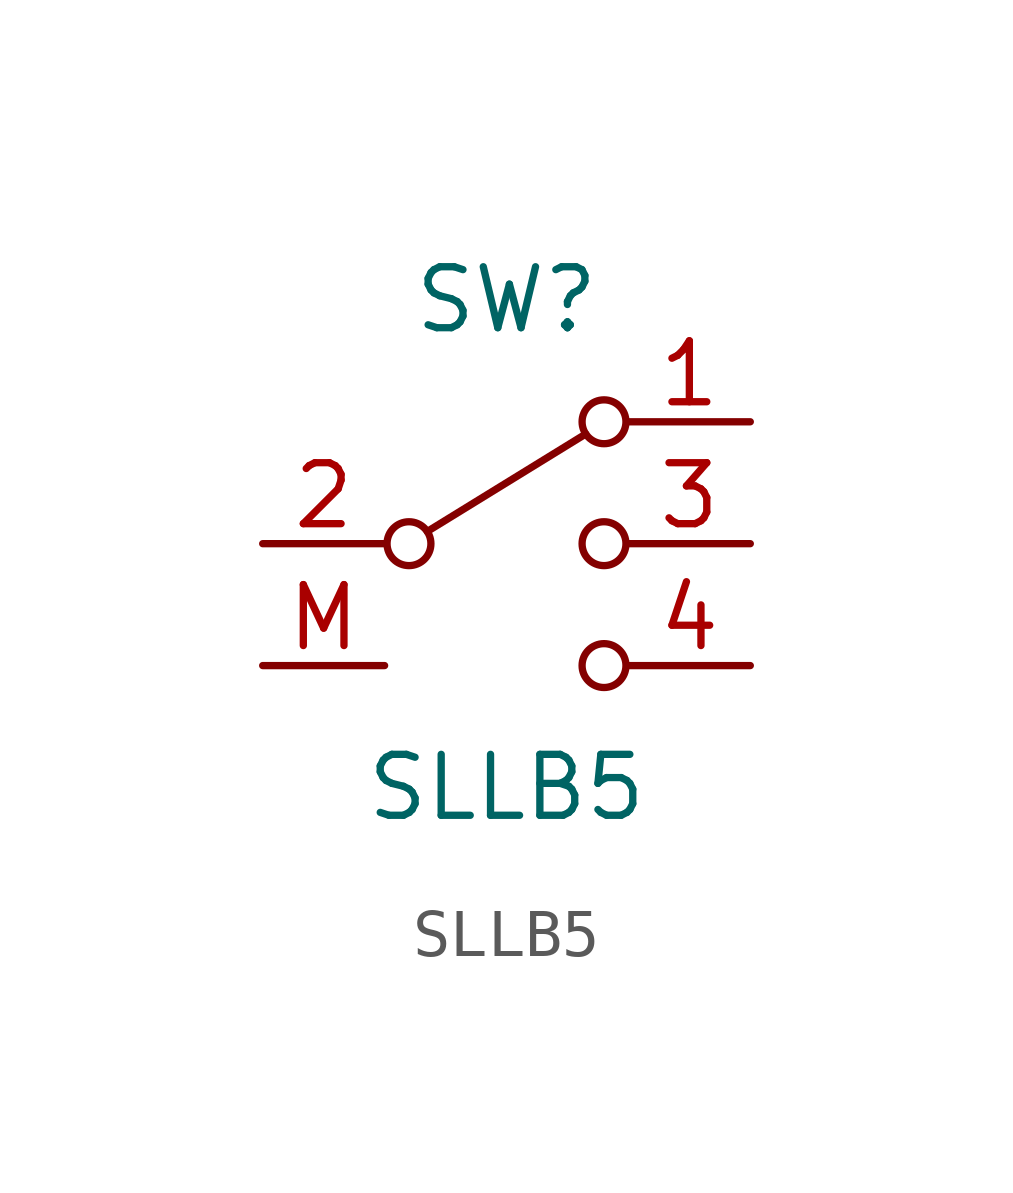
<source format=kicad_sym>
(kicad_symbol_lib
  (version 20211014)
  (generator kicad_symbol_editor)
  (symbol "SLLB5"
    (pin_names
      (offset 0) hide)
    (property "Reference" "SW"
      (at 0 5.08 0)
      (effects (font (size 1.27 1.27))))
    (property "Value" "SLLB5"
      (at 0 -5.08 0)
      (effects (font (size 1.27 1.27))))
    (symbol "SLLB5_0_1"
      (circle (center -2.032 0) (radius 0.457) (stroke (width 0) (type default) (color 0 0 0 0)) (fill (type none)))
      (polyline (pts (xy -1.651 0.254) (xy 1.651 2.286)) (stroke (width 0) (type default) (color 0 0 0 0)) (fill (type none)))
      (circle (center 2.032 -2.54) (radius 0.457) (stroke (width 0) (type default) (color 0 0 0 0)) (fill (type none)))
      (circle (center 2.032 0) (radius 0.457) (stroke (width 0) (type default) (color 0 0 0 0)) (fill (type none)))
      (circle (center 2.032 2.54) (radius 0.457) (stroke (width 0) (type default) (color 0 0 0 0)) (fill (type none))))
    (symbol "SLLB5_1_1"
      (pin passive line (at 5.08 2.54 180) (length 2.54) (name "L" (effects (font (size 1.27 1.27)))) (number "1" (effects (font (size 1.27 1.27)))))
      (pin passive line (at -5.08 0 0) (length 2.54) (name "COM" (effects (font (size 1.27 1.27)))) (number "2" (effects (font (size 1.27 1.27)))))
      (pin passive line (at 5.08 0 180) (length 2.54) (name "C" (effects (font (size 1.27 1.27)))) (number "3" (effects (font (size 1.27 1.27)))))
      (pin passive line (at 5.08 -2.54 180) (length 2.54) (name "R" (effects (font (size 1.27 1.27)))) (number "4" (effects (font (size 1.27 1.27)))))
      (pin passive line (at -5.08 -2.54 0) (length 2.54) (name "M" (effects (font (size 1.27 1.27)))) (number "M" (effects (font (size 1.27 1.27))))))))
</source>
